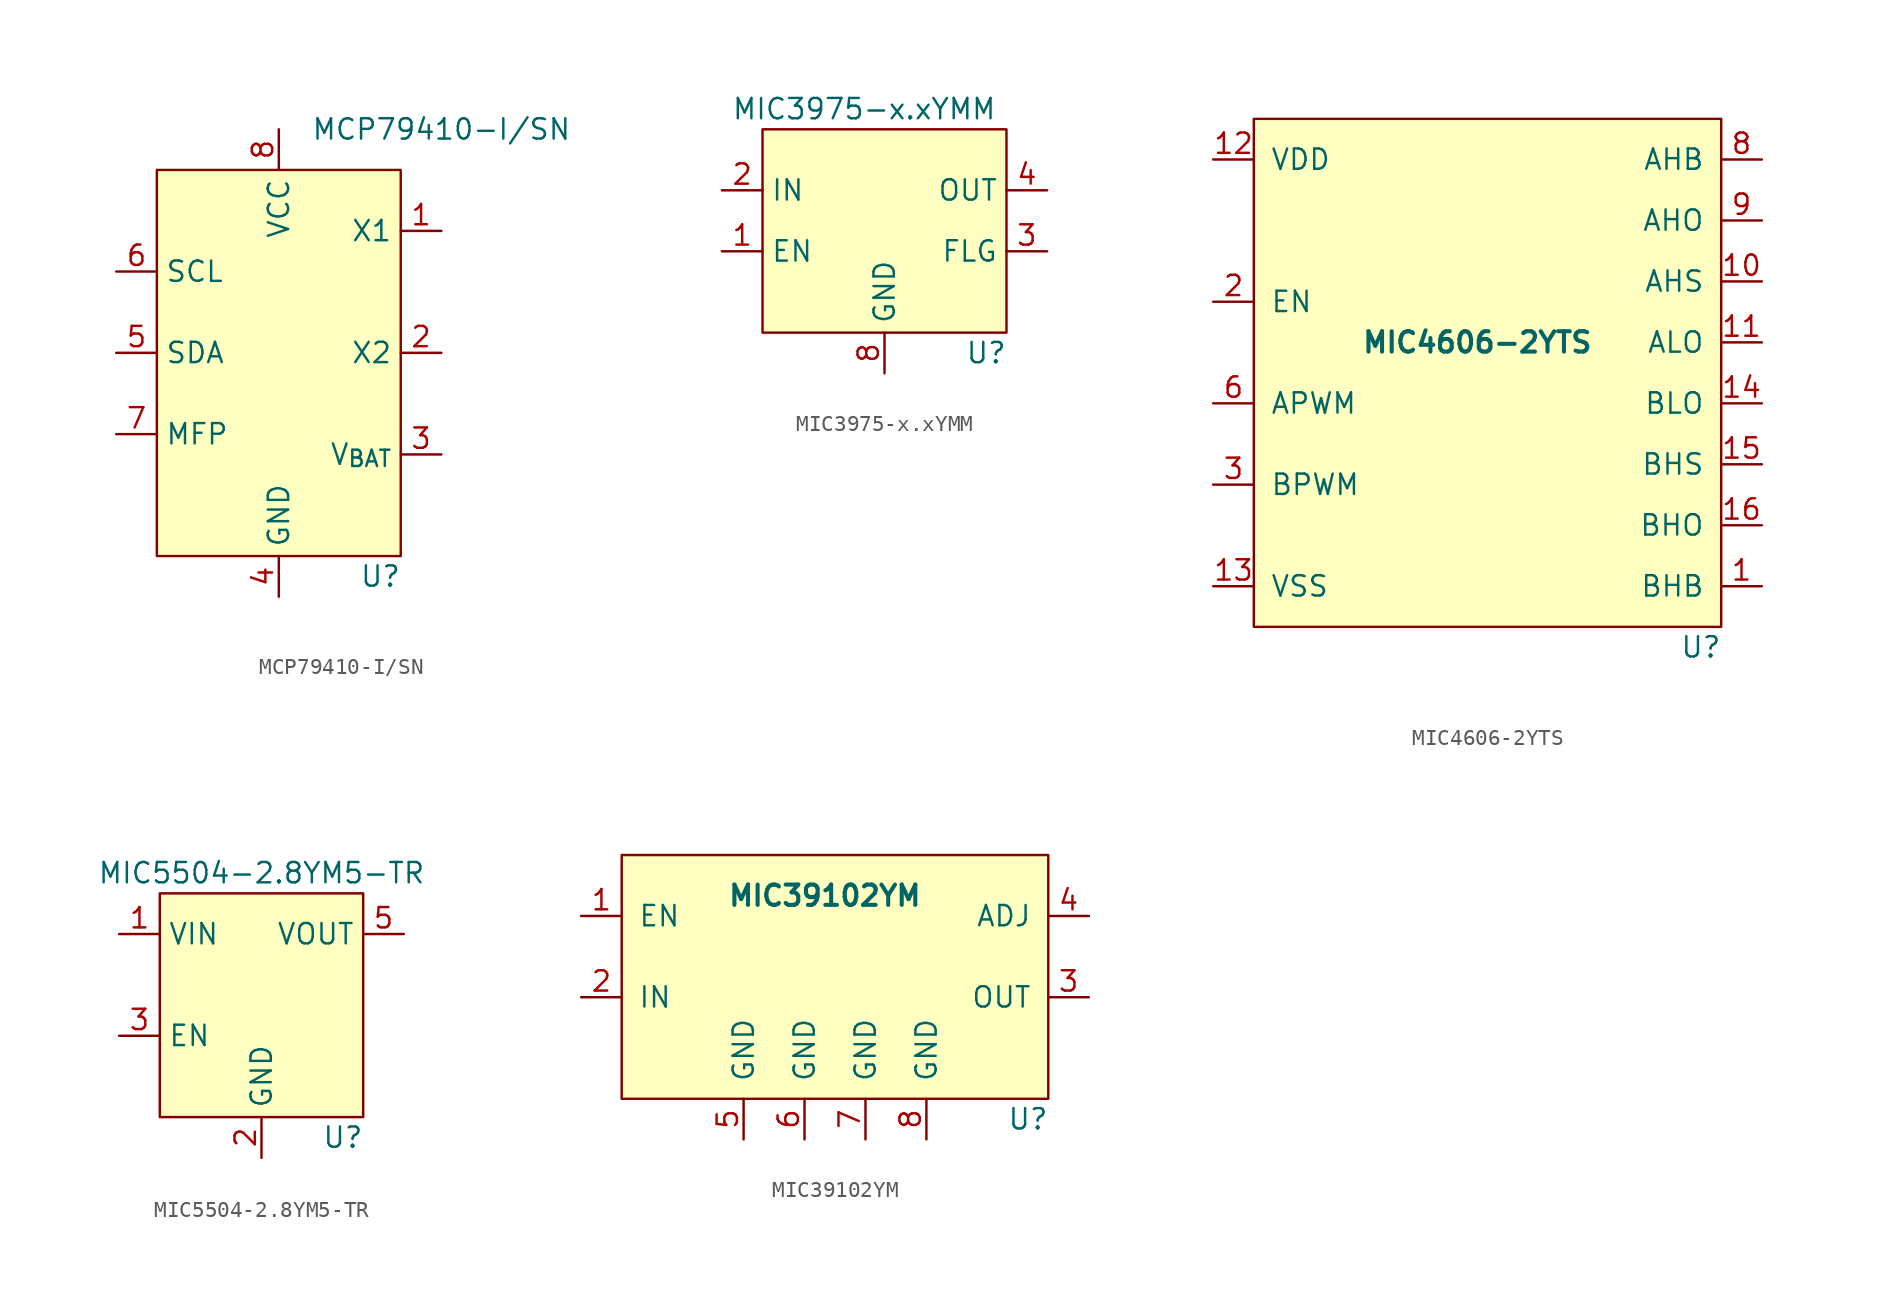
<source format=kicad_sym>
(kicad_symbol_lib
  (version 20220914)
  (generator kicad_symbol_editor)
  (symbol "MCP79410-I/SN"
    (property "Reference" "U"
      (at 6.35 -13.97 0)
      (effects (font (size 1.27 1.27))))
    (property "Value" "MCP79410-I/SN"
      (at 10.16 13.97 0)
      (effects (font (size 1.27 1.27))))
    (symbol "MCP79410-I/SN_1_1"
      (rectangle (start -7.62 11.43) (end 7.62 -12.7) (stroke (width 0) (type default)) (fill (type background)))
      (pin passive line (at 10.16 7.62 180) (length 2.54) (name "X1" (effects (font (size 1.27 1.27)))) (number "1" (effects (font (size 1.27 1.27)))))
      (pin passive line (at 10.16 0 180) (length 2.54) (name "X2" (effects (font (size 1.27 1.27)))) (number "2" (effects (font (size 1.27 1.27)))))
      (pin passive line (at 10.16 -6.35 180) (length 2.54) (name "V_{BAT}" (effects (font (size 1.27 1.27)))) (number "3" (effects (font (size 1.27 1.27)))))
      (pin power_in line (at 0 -15.24 90) (length 2.54) (name "GND" (effects (font (size 1.27 1.27)))) (number "4" (effects (font (size 1.27 1.27)))))
      (pin bidirectional line (at -10.16 0 0) (length 2.54) (name "SDA" (effects (font (size 1.27 1.27)))) (number "5" (effects (font (size 1.27 1.27)))))
      (pin input line (at -10.16 5.08 0) (length 2.54) (name "SCL" (effects (font (size 1.27 1.27)))) (number "6" (effects (font (size 1.27 1.27)))))
      (pin output line (at -10.16 -5.08 0) (length 2.54) (name "MFP" (effects (font (size 1.27 1.27)))) (number "7" (effects (font (size 1.27 1.27)))))
      (pin power_in line (at 0 13.97 270) (length 2.54) (name "VCC" (effects (font (size 1.27 1.27)))) (number "8" (effects (font (size 1.27 1.27)))))))
  (symbol "MIC3975-x.xYMM"
    (property "Reference" "U"
      (at 6.35 -6.35 0)
      (effects (font (size 1.27 1.27))))
    (property "Value" "MIC3975-x.xYMM"
      (at -1.27 8.89 0)
      (effects (font (size 1.27 1.27))))
    (symbol "MIC3975-x.xYMM_0_1"
      (rectangle (start -7.62 7.62) (end 7.62 -5.08) (stroke (width 0) (type default)) (fill (type background))))
    (symbol "MIC3975-x.xYMM_1_1"
      (pin passive line (at -10.16 0 0) (length 2.54) (name "EN" (effects (font (size 1.27 1.27)))) (number "1" (effects (font (size 1.27 1.27)))))
      (pin power_in line (at -10.16 3.81 0) (length 2.54) (name "IN" (effects (font (size 1.27 1.27)))) (number "2" (effects (font (size 1.27 1.27)))))
      (pin passive line (at 10.16 0 180) (length 2.54) (name "FLG" (effects (font (size 1.27 1.27)))) (number "3" (effects (font (size 1.27 1.27)))))
      (pin power_out line (at 10.16 3.81 180) (length 2.54) (name "OUT" (effects (font (size 1.27 1.27)))) (number "4" (effects (font (size 1.27 1.27)))))
      (pin power_in line (at 0 -7.62 90) (length 2.54) hide (name "GND" (effects (font (size 1.27 1.27)))) (number "5" (effects (font (size 1.27 1.27)))))
      (pin power_in line (at 0 -7.62 90) (length 2.54) hide (name "GND" (effects (font (size 1.27 1.27)))) (number "6" (effects (font (size 1.27 1.27)))))
      (pin power_in line (at 0 -7.62 90) (length 2.54) hide (name "GND" (effects (font (size 1.27 1.27)))) (number "7" (effects (font (size 1.27 1.27)))))
      (pin power_in line (at 0 -7.62 90) (length 2.54) (name "GND" (effects (font (size 1.27 1.27)))) (number "8" (effects (font (size 1.27 1.27)))))))
  (symbol "MIC4606-2YTS"
    (pin_names
      (offset 1.016))
    (property "Reference" "U"
      (at 12.7 -17.78 0)
      (effects (font (size 1.27 1.27))))
    (property "Value" "MIC4606-2YTS"
      (at -1.27 1.27 0)
      (effects (font (size 1.27 1.27) bold)))
    (symbol "MIC4606-2YTS_0_0"
      (rectangle (start -15.24 15.24) (end 13.97 -16.51) (stroke (width 0) (type default)) (fill (type background))))
    (symbol "MIC4606-2YTS_1_1"
      (pin input line (at 16.51 -13.97 180) (length 2.54) (name "BHB" (effects (font (size 1.27 1.27)))) (number "1" (effects (font (size 1.27 1.27)))))
      (pin output line (at 16.51 5.08 180) (length 2.54) (name "AHS" (effects (font (size 1.27 1.27)))) (number "10" (effects (font (size 1.27 1.27)))))
      (pin output line (at 16.51 1.27 180) (length 2.54) (name "ALO" (effects (font (size 1.27 1.27)))) (number "11" (effects (font (size 1.27 1.27)))))
      (pin power_in line (at -17.78 12.7 0) (length 2.54) (name "VDD" (effects (font (size 1.27 1.27)))) (number "12" (effects (font (size 1.27 1.27)))))
      (pin power_in line (at -17.78 -13.97 0) (length 2.54) (name "VSS" (effects (font (size 1.27 1.27)))) (number "13" (effects (font (size 1.27 1.27)))))
      (pin output line (at 16.51 -2.54 180) (length 2.54) (name "BLO" (effects (font (size 1.27 1.27)))) (number "14" (effects (font (size 1.27 1.27)))))
      (pin output line (at 16.51 -6.35 180) (length 2.54) (name "BHS" (effects (font (size 1.27 1.27)))) (number "15" (effects (font (size 1.27 1.27)))))
      (pin output line (at 16.51 -10.16 180) (length 2.54) (name "BHO" (effects (font (size 1.27 1.27)))) (number "16" (effects (font (size 1.27 1.27)))))
      (pin input line (at -17.78 3.81 0) (length 2.54) (name "EN" (effects (font (size 1.27 1.27)))) (number "2" (effects (font (size 1.27 1.27)))))
      (pin input line (at -17.78 -7.62 0) (length 2.54) (name "BPWM" (effects (font (size 1.27 1.27)))) (number "3" (effects (font (size 1.27 1.27)))))
      (pin no_connect line (at -3.81 -19.05 90) (length 2.54) hide (name "NC" (effects (font (size 1.27 1.27)))) (number "4" (effects (font (size 1.27 1.27)))))
      (pin no_connect line (at -1.27 -19.05 90) (length 2.54) hide (name "NC" (effects (font (size 1.27 1.27)))) (number "5" (effects (font (size 1.27 1.27)))))
      (pin input line (at -17.78 -2.54 0) (length 2.54) (name "APWM" (effects (font (size 1.27 1.27)))) (number "6" (effects (font (size 1.27 1.27)))))
      (pin no_connect line (at 1.27 -19.05 90) (length 2.54) hide (name "NC" (effects (font (size 1.27 1.27)))) (number "7" (effects (font (size 1.27 1.27)))))
      (pin input line (at 16.51 12.7 180) (length 2.54) (name "AHB" (effects (font (size 1.27 1.27)))) (number "8" (effects (font (size 1.27 1.27)))))
      (pin output line (at 16.51 8.89 180) (length 2.54) (name "AHO" (effects (font (size 1.27 1.27)))) (number "9" (effects (font (size 1.27 1.27)))))))
  (symbol "MIC5504-2.8YM5-TR"
    (property "Reference" "U"
      (at 5.08 -6.35 0)
      (effects (font (size 1.27 1.27))))
    (property "Value" "MIC5504-2.8YM5-TR"
      (at 0 10.16 0)
      (effects (font (size 1.27 1.27))))
    (symbol "MIC5504-2.8YM5-TR_1_1"
      (rectangle (start -6.35 8.89) (end 6.35 -5.08) (stroke (width 0) (type default)) (fill (type background)))
      (pin power_in line (at -8.89 6.35 0) (length 2.54) (name "VIN" (effects (font (size 1.27 1.27)))) (number "1" (effects (font (size 1.27 1.27)))))
      (pin power_in line (at 0 -7.62 90) (length 2.54) (name "GND" (effects (font (size 1.27 1.27)))) (number "2" (effects (font (size 1.27 1.27)))))
      (pin input line (at -8.89 0 0) (length 2.54) (name "EN" (effects (font (size 1.27 1.27)))) (number "3" (effects (font (size 1.27 1.27)))))
      (pin no_connect line (at 8.89 0 180) (length 2.54) hide (name "NC" (effects (font (size 1.27 1.27)))) (number "4" (effects (font (size 1.27 1.27)))))
      (pin power_in line (at 8.89 6.35 180) (length 2.54) (name "VOUT" (effects (font (size 1.27 1.27)))) (number "5" (effects (font (size 1.27 1.27)))))))
  (symbol "MIC39102YM"
    (pin_names
      (offset 1.016))
    (property "Reference" "U"
      (at 12.7 -12.7 0)
      (effects (font (size 1.27 1.27))))
    (property "Value" "MIC39102YM"
      (at 0 1.27 0)
      (effects (font (size 1.27 1.27) bold)))
    (symbol "MIC39102YM_0_1"
      (rectangle (start -12.7 3.81) (end 13.97 -11.43) (stroke (width 0) (type default)) (fill (type background))))
    (symbol "MIC39102YM_1_1"
      (pin input line (at -15.24 0 0) (length 2.54) (name "EN" (effects (font (size 1.27 1.27)))) (number "1" (effects (font (size 1.27 1.27)))))
      (pin input line (at -15.24 -5.08 0) (length 2.54) (name "IN" (effects (font (size 1.27 1.27)))) (number "2" (effects (font (size 1.27 1.27)))))
      (pin output line (at 16.51 -5.08 180) (length 2.54) (name "OUT" (effects (font (size 1.27 1.27)))) (number "3" (effects (font (size 1.27 1.27)))))
      (pin input line (at 16.51 0 180) (length 2.54) (name "ADJ" (effects (font (size 1.27 1.27)))) (number "4" (effects (font (size 1.27 1.27)))))
      (pin power_in line (at -5.08 -13.97 90) (length 2.54) (name "GND" (effects (font (size 1.27 1.27)))) (number "5" (effects (font (size 1.27 1.27)))))
      (pin power_in line (at -1.27 -13.97 90) (length 2.54) (name "GND" (effects (font (size 1.27 1.27)))) (number "6" (effects (font (size 1.27 1.27)))))
      (pin power_in line (at 2.54 -13.97 90) (length 2.54) (name "GND" (effects (font (size 1.27 1.27)))) (number "7" (effects (font (size 1.27 1.27)))))
      (pin power_in line (at 6.35 -13.97 90) (length 2.54) (name "GND" (effects (font (size 1.27 1.27)))) (number "8" (effects (font (size 1.27 1.27))))))))
</source>
